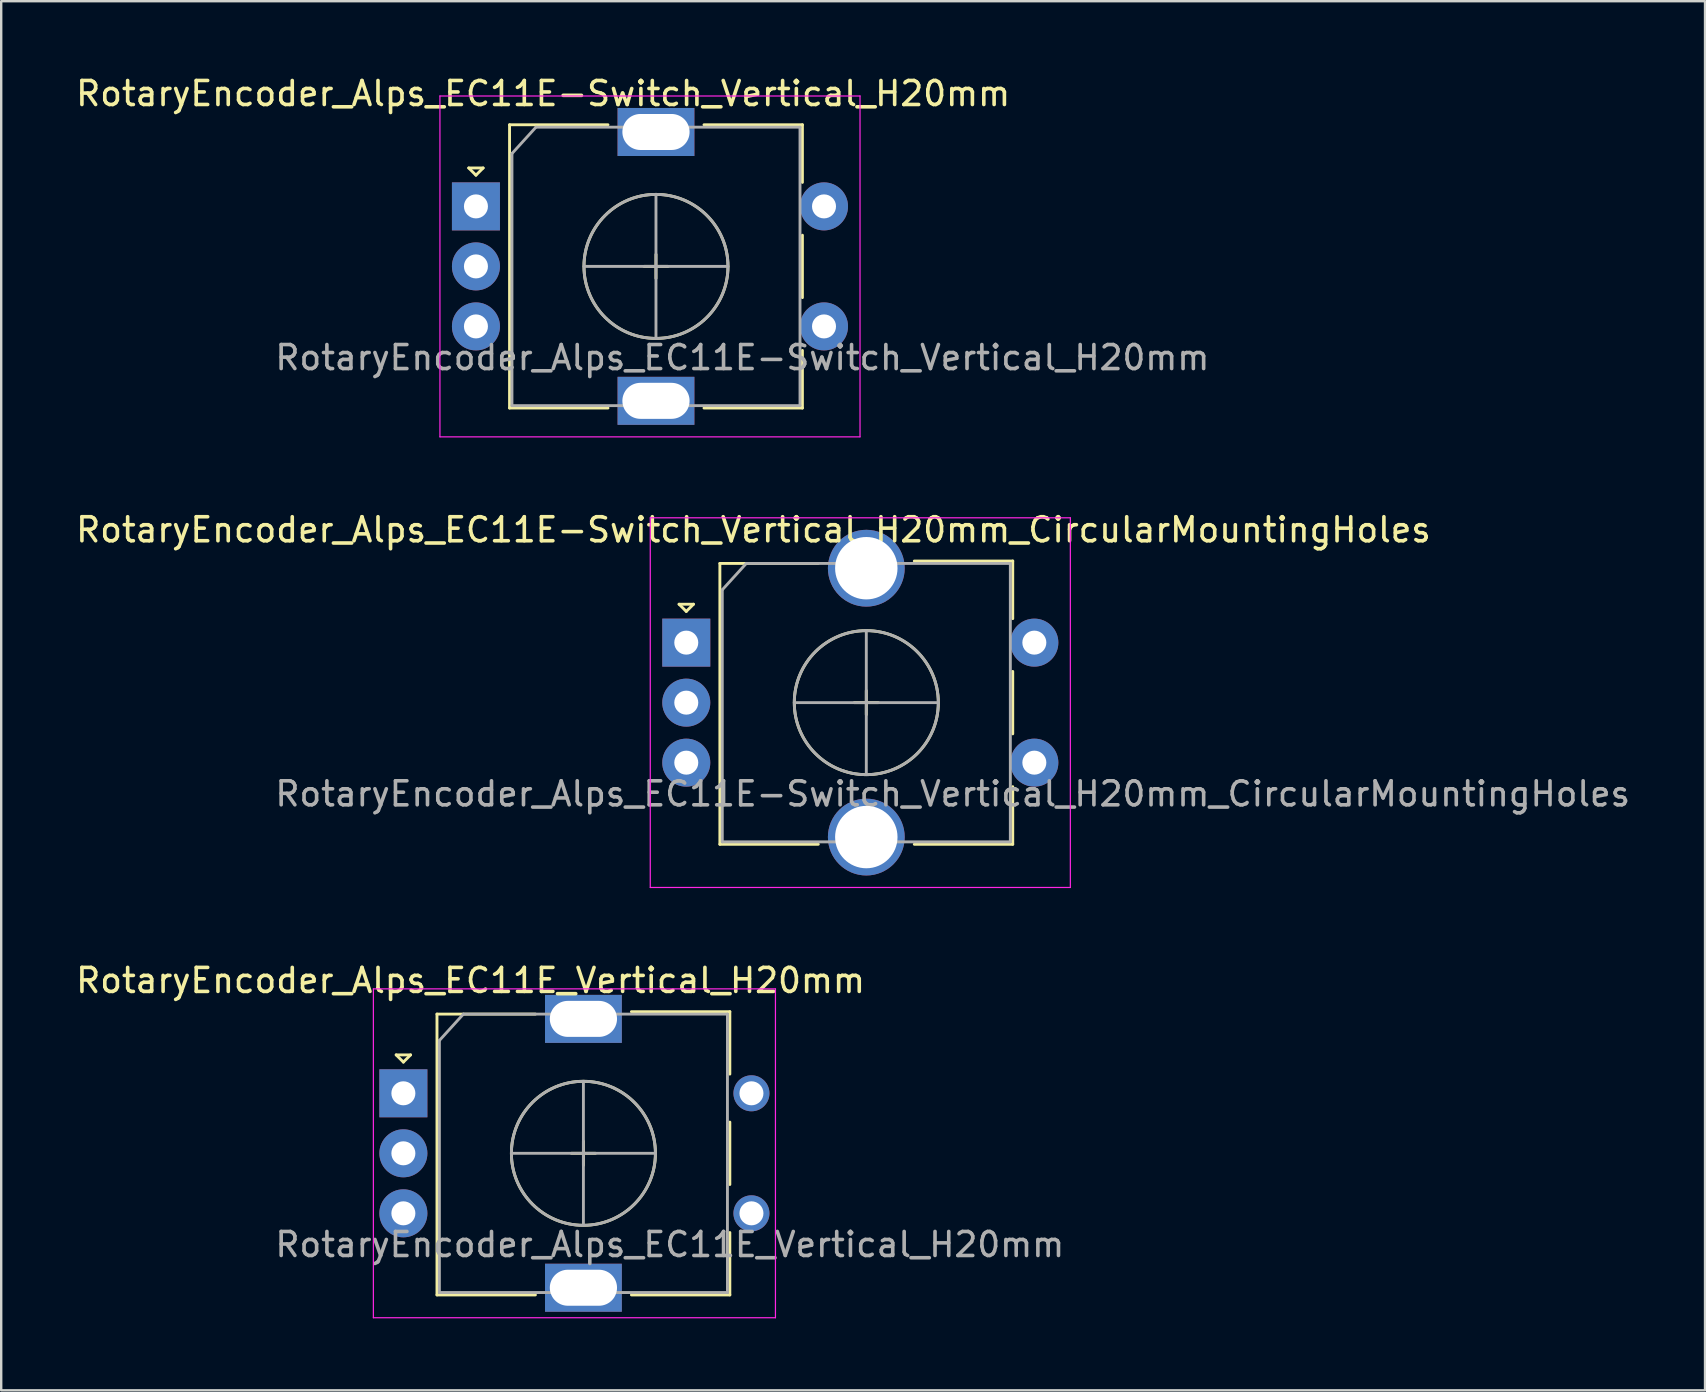
<source format=kicad_pcb>
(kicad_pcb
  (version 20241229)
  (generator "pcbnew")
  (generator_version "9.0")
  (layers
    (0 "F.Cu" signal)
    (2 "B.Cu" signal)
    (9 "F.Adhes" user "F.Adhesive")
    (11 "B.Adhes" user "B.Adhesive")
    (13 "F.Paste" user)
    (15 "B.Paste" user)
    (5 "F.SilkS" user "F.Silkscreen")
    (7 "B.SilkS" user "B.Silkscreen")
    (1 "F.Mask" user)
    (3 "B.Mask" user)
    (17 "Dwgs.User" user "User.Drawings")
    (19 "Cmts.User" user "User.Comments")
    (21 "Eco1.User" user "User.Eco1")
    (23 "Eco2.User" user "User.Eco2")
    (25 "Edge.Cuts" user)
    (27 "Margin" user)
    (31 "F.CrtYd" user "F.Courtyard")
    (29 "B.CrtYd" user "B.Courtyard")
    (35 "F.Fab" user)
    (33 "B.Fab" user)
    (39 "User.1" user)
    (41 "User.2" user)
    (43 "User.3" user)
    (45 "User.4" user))
  (footprint "RotaryEncoder_Alps_EC11E_Vertical_H20mm"
    (layer "F.Cu")
    (at 13.754 42.495)
    (property "Reference" "RotaryEncoder_Alps_EC11E_Vertical_H20mm" (at 2.8 -4.7 0) (layer "F.SilkS") (effects (font (size 1 1) (thickness 0.15))))
    (attr through_hole)
    (fp_line (start -0.3 -1.6) (end 0.3 -1.6) (stroke (width 0.12) (type solid)) (layer "F.SilkS"))
    (fp_line (start 0 -1.3) (end -0.3 -1.6) (stroke (width 0.12) (type solid)) (layer "F.SilkS"))
    (fp_line (start 0.3 -1.6) (end 0 -1.3) (stroke (width 0.12) (type solid)) (layer "F.SilkS"))
    (fp_line (start 1.4 -3.3) (end 1.4 8.4) (stroke (width 0.12) (type solid)) (layer "F.SilkS"))
    (fp_line (start 5.5 -3.3) (end 1.4 -3.3) (stroke (width 0.12) (type solid)) (layer "F.SilkS"))
    (fp_line (start 5.5 8.4) (end 1.4 8.4) (stroke (width 0.12) (type solid)) (layer "F.SilkS"))
    (fp_line (start 7 2.5) (end 8 2.5) (stroke (width 0.12) (type solid)) (layer "F.SilkS"))
    (fp_line (start 7.5 2) (end 7.5 3) (stroke (width 0.12) (type solid)) (layer "F.SilkS"))
    (fp_line (start 9.5 -3.4) (end 13.6 -3.4) (stroke (width 0.12) (type solid)) (layer "F.SilkS"))
    (fp_line (start 13.6 -3.4) (end 13.6 -0.8) (stroke (width 0.12) (type solid)) (layer "F.SilkS"))
    (fp_line (start 13.6 1.2) (end 13.6 3.8) (stroke (width 0.12) (type solid)) (layer "F.SilkS"))
    (fp_line (start 13.6 5.8) (end 13.6 8.4) (stroke (width 0.12) (type solid)) (layer "F.SilkS"))
    (fp_line (start 13.6 8.4) (end 9.5 8.4) (stroke (width 0.12) (type solid)) (layer "F.SilkS"))
    (fp_circle (center 7.5 2.5) (end 10.5 2.5) (stroke (width 0.12) (type solid)) (fill no) (layer "F.SilkS"))
    (fp_line (start -1.25 -4.35) (end -1.25 9.35) (stroke (width 0.05) (type solid)) (layer "F.CrtYd"))
    (fp_line (start -1.25 -4.35) (end 15.5 -4.35) (stroke (width 0.05) (type solid)) (layer "F.CrtYd"))
    (fp_line (start 15.5 9.35) (end -1.25 9.35) (stroke (width 0.05) (type solid)) (layer "F.CrtYd"))
    (fp_line (start 15.5 9.35) (end 15.5 -4.35) (stroke (width 0.05) (type solid)) (layer "F.CrtYd"))
    (fp_line (start 1.5 -2.2) (end 2.5 -3.3) (stroke (width 0.12) (type solid)) (layer "F.Fab"))
    (fp_line (start 1.5 8.3) (end 1.5 -2.2) (stroke (width 0.12) (type solid)) (layer "F.Fab"))
    (fp_line (start 2.5 -3.3) (end 13.5 -3.3) (stroke (width 0.12) (type solid)) (layer "F.Fab"))
    (fp_line (start 4.5 2.5) (end 10.5 2.5) (stroke (width 0.12) (type solid)) (layer "F.Fab"))
    (fp_line (start 7.5 -0.5) (end 7.5 5.5) (stroke (width 0.12) (type solid)) (layer "F.Fab"))
    (fp_line (start 13.5 -3.3) (end 13.5 8.3) (stroke (width 0.12) (type solid)) (layer "F.Fab"))
    (fp_line (start 13.5 8.3) (end 1.5 8.3) (stroke (width 0.12) (type solid)) (layer "F.Fab"))
    (fp_circle (center 7.5 2.5) (end 10.5 2.5) (stroke (width 0.12) (type solid)) (fill no) (layer "F.Fab"))
    (fp_text user "${REFERENCE}" (at 11.1 6.3 0) (layer "F.Fab") (effects (font (size 1 1) (thickness 0.15))))
    (pad "" thru_hole circle (at 14.5 0) (size 1.5 1.5) (drill 1) (layers "*.Cu" "*.Mask"))
    (pad "" thru_hole circle (at 14.5 5) (size 1.5 1.5) (drill 1) (layers "*.Cu" "*.Mask"))
    (pad "0" thru_hole rect (at 7.5 -3.1) (size 3.2 2) (drill oval 2.8 1.5) (layers "*.Cu" "*.Mask"))
    (pad "0" thru_hole rect (at 7.5 8.1) (size 3.2 2) (drill oval 2.8 1.5) (layers "*.Cu" "*.Mask"))
    (pad "1" thru_hole rect (at 0 0) (size 2 2) (drill 1) (layers "*.Cu" "*.Mask"))
    (pad "2" thru_hole circle (at 0 2.5) (size 2 2) (drill 1) (layers "*.Cu" "*.Mask"))
    (pad "3" thru_hole circle (at 0 5) (size 2 2) (drill 1) (layers "*.Cu" "*.Mask")))
  (footprint "RotaryEncoder_Alps_EC11E-Switch_Vertical_H20mm_CircularMountingHoles"
    (layer "F.Cu")
    (at 25.539 23.721)
    (property "Reference" "RotaryEncoder_Alps_EC11E-Switch_Vertical_H20mm_CircularMountingHoles" (at 2.8 -4.7 0) (layer "F.SilkS") (effects (font (size 1 1) (thickness 0.15))))
    (attr through_hole)
    (fp_line (start -0.3 -1.6) (end 0.3 -1.6) (stroke (width 0.12) (type solid)) (layer "F.SilkS"))
    (fp_line (start 0 -1.3) (end -0.3 -1.6) (stroke (width 0.12) (type solid)) (layer "F.SilkS"))
    (fp_line (start 0.3 -1.6) (end 0 -1.3) (stroke (width 0.12) (type solid)) (layer "F.SilkS"))
    (fp_line (start 1.4 -3.3) (end 1.4 8.4) (stroke (width 0.12) (type solid)) (layer "F.SilkS"))
    (fp_line (start 5.5 -3.3) (end 1.4 -3.3) (stroke (width 0.12) (type solid)) (layer "F.SilkS"))
    (fp_line (start 5.5 8.4) (end 1.4 8.4) (stroke (width 0.12) (type solid)) (layer "F.SilkS"))
    (fp_line (start 7 2.5) (end 8 2.5) (stroke (width 0.12) (type solid)) (layer "F.SilkS"))
    (fp_line (start 7.5 2) (end 7.5 3) (stroke (width 0.12) (type solid)) (layer "F.SilkS"))
    (fp_line (start 9.5 -3.4) (end 13.6 -3.4) (stroke (width 0.12) (type solid)) (layer "F.SilkS"))
    (fp_line (start 13.6 -3.4) (end 13.6 -1) (stroke (width 0.12) (type solid)) (layer "F.SilkS"))
    (fp_line (start 13.6 1.2) (end 13.6 3.8) (stroke (width 0.12) (type solid)) (layer "F.SilkS"))
    (fp_line (start 13.6 6) (end 13.6 8.4) (stroke (width 0.12) (type solid)) (layer "F.SilkS"))
    (fp_line (start 13.6 8.4) (end 9.5 8.4) (stroke (width 0.12) (type solid)) (layer "F.SilkS"))
    (fp_circle (center 7.5 2.5) (end 10.5 2.5) (stroke (width 0.12) (type solid)) (fill no) (layer "F.SilkS"))
    (fp_line (start -1.5 -5.2) (end -1.5 10.2) (stroke (width 0.05) (type solid)) (layer "F.CrtYd"))
    (fp_line (start -1.5 -5.2) (end 16 -5.2) (stroke (width 0.05) (type solid)) (layer "F.CrtYd"))
    (fp_line (start 16 10.2) (end -1.5 10.2) (stroke (width 0.05) (type solid)) (layer "F.CrtYd"))
    (fp_line (start 16 10.2) (end 16 -5.2) (stroke (width 0.05) (type solid)) (layer "F.CrtYd"))
    (fp_line (start 1.5 -2.2) (end 2.5 -3.3) (stroke (width 0.12) (type solid)) (layer "F.Fab"))
    (fp_line (start 1.5 8.3) (end 1.5 -2.2) (stroke (width 0.12) (type solid)) (layer "F.Fab"))
    (fp_line (start 2.5 -3.3) (end 13.5 -3.3) (stroke (width 0.12) (type solid)) (layer "F.Fab"))
    (fp_line (start 4.5 2.5) (end 10.5 2.5) (stroke (width 0.12) (type solid)) (layer "F.Fab"))
    (fp_line (start 7.5 -0.5) (end 7.5 5.5) (stroke (width 0.12) (type solid)) (layer "F.Fab"))
    (fp_line (start 13.5 -3.3) (end 13.5 8.3) (stroke (width 0.12) (type solid)) (layer "F.Fab"))
    (fp_line (start 13.5 8.3) (end 1.5 8.3) (stroke (width 0.12) (type solid)) (layer "F.Fab"))
    (fp_circle (center 7.5 2.5) (end 10.5 2.5) (stroke (width 0.12) (type solid)) (fill no) (layer "F.Fab"))
    (fp_text user "${REFERENCE}" (at 11.1 6.3 0) (layer "F.Fab") (effects (font (size 1 1) (thickness 0.15))))
    (pad "0" thru_hole circle (at 7.5 -3.1) (size 3.2 3.2) (drill 2.6) (layers "*.Cu" "*.Mask"))
    (pad "0" thru_hole circle (at 7.5 8.1) (size 3.2 3.2) (drill 2.6) (layers "*.Cu" "*.Mask"))
    (pad "1" thru_hole rect (at 0 0) (size 2 2) (drill 1) (layers "*.Cu" "*.Mask"))
    (pad "2" thru_hole circle (at 0 2.5) (size 2 2) (drill 1) (layers "*.Cu" "*.Mask"))
    (pad "3" thru_hole circle (at 0 5) (size 2 2) (drill 1) (layers "*.Cu" "*.Mask"))
    (pad "4" thru_hole circle (at 14.5 5) (size 2 2) (drill 1) (layers "*.Cu" "*.Mask"))
    (pad "5" thru_hole circle (at 14.5 0) (size 2 2) (drill 1) (layers "*.Cu" "*.Mask")))
  (footprint "RotaryEncoder_Alps_EC11E-Switch_Vertical_H20mm"
    (layer "F.Cu")
    (at 16.777 5.548)
    (property "Reference" "RotaryEncoder_Alps_EC11E-Switch_Vertical_H20mm" (at 2.8 -4.7 0) (layer "F.SilkS") (effects (font (size 1 1) (thickness 0.15))))
    (attr through_hole)
    (fp_line (start -0.3 -1.6) (end 0.3 -1.6) (stroke (width 0.12) (type solid)) (layer "F.SilkS"))
    (fp_line (start 0 -1.3) (end -0.3 -1.6) (stroke (width 0.12) (type solid)) (layer "F.SilkS"))
    (fp_line (start 0.3 -1.6) (end 0 -1.3) (stroke (width 0.12) (type solid)) (layer "F.SilkS"))
    (fp_line (start 1.4 -3.4) (end 1.4 8.4) (stroke (width 0.12) (type solid)) (layer "F.SilkS"))
    (fp_line (start 5.5 -3.4) (end 1.4 -3.4) (stroke (width 0.12) (type solid)) (layer "F.SilkS"))
    (fp_line (start 5.5 8.4) (end 1.4 8.4) (stroke (width 0.12) (type solid)) (layer "F.SilkS"))
    (fp_line (start 7 2.5) (end 8 2.5) (stroke (width 0.12) (type solid)) (layer "F.SilkS"))
    (fp_line (start 7.5 2) (end 7.5 3) (stroke (width 0.12) (type solid)) (layer "F.SilkS"))
    (fp_line (start 9.5 -3.4) (end 13.6 -3.4) (stroke (width 0.12) (type solid)) (layer "F.SilkS"))
    (fp_line (start 13.6 -3.4) (end 13.6 -1) (stroke (width 0.12) (type solid)) (layer "F.SilkS"))
    (fp_line (start 13.6 1.2) (end 13.6 3.8) (stroke (width 0.12) (type solid)) (layer "F.SilkS"))
    (fp_line (start 13.6 6) (end 13.6 8.4) (stroke (width 0.12) (type solid)) (layer "F.SilkS"))
    (fp_line (start 13.6 8.4) (end 9.5 8.4) (stroke (width 0.12) (type solid)) (layer "F.SilkS"))
    (fp_circle (center 7.5 2.5) (end 10.5 2.5) (stroke (width 0.12) (type solid)) (fill no) (layer "F.SilkS"))
    (fp_line (start -1.5 -4.6) (end -1.5 9.6) (stroke (width 0.05) (type solid)) (layer "F.CrtYd"))
    (fp_line (start -1.5 -4.6) (end 16 -4.6) (stroke (width 0.05) (type solid)) (layer "F.CrtYd"))
    (fp_line (start 16 9.6) (end -1.5 9.6) (stroke (width 0.05) (type solid)) (layer "F.CrtYd"))
    (fp_line (start 16 9.6) (end 16 -4.6) (stroke (width 0.05) (type solid)) (layer "F.CrtYd"))
    (fp_line (start 1.5 -2.2) (end 2.5 -3.3) (stroke (width 0.12) (type solid)) (layer "F.Fab"))
    (fp_line (start 1.5 8.3) (end 1.5 -2.2) (stroke (width 0.12) (type solid)) (layer "F.Fab"))
    (fp_line (start 2.5 -3.3) (end 13.5 -3.3) (stroke (width 0.12) (type solid)) (layer "F.Fab"))
    (fp_line (start 4.5 2.5) (end 10.5 2.5) (stroke (width 0.12) (type solid)) (layer "F.Fab"))
    (fp_line (start 7.5 -0.5) (end 7.5 5.5) (stroke (width 0.12) (type solid)) (layer "F.Fab"))
    (fp_line (start 13.5 -3.3) (end 13.5 8.3) (stroke (width 0.12) (type solid)) (layer "F.Fab"))
    (fp_line (start 13.5 8.3) (end 1.5 8.3) (stroke (width 0.12) (type solid)) (layer "F.Fab"))
    (fp_circle (center 7.5 2.5) (end 10.5 2.5) (stroke (width 0.12) (type solid)) (fill no) (layer "F.Fab"))
    (fp_text user "${REFERENCE}" (at 11.1 6.3 0) (layer "F.Fab") (effects (font (size 1 1) (thickness 0.15))))
    (pad "0" thru_hole rect (at 7.5 -3.1) (size 3.2 2) (drill oval 2.8 1.5) (layers "*.Cu" "*.Mask"))
    (pad "0" thru_hole rect (at 7.5 8.1) (size 3.2 2) (drill oval 2.8 1.5) (layers "*.Cu" "*.Mask"))
    (pad "1" thru_hole rect (at 0 0) (size 2 2) (drill 1) (layers "*.Cu" "*.Mask"))
    (pad "2" thru_hole circle (at 0 2.5) (size 2 2) (drill 1) (layers "*.Cu" "*.Mask"))
    (pad "3" thru_hole circle (at 0 5) (size 2 2) (drill 1) (layers "*.Cu" "*.Mask"))
    (pad "4" thru_hole circle (at 14.5 5) (size 2 2) (drill 1) (layers "*.Cu" "*.Mask"))
    (pad "5" thru_hole circle (at 14.5 0) (size 2 2) (drill 1) (layers "*.Cu" "*.Mask")))
  (gr_rect
    (start -3 -3)
    (end 67.979 54.87)
    (stroke (width 0.1) (type default))
    (fill no)
    (layer "Edge.Cuts")))
</source>
